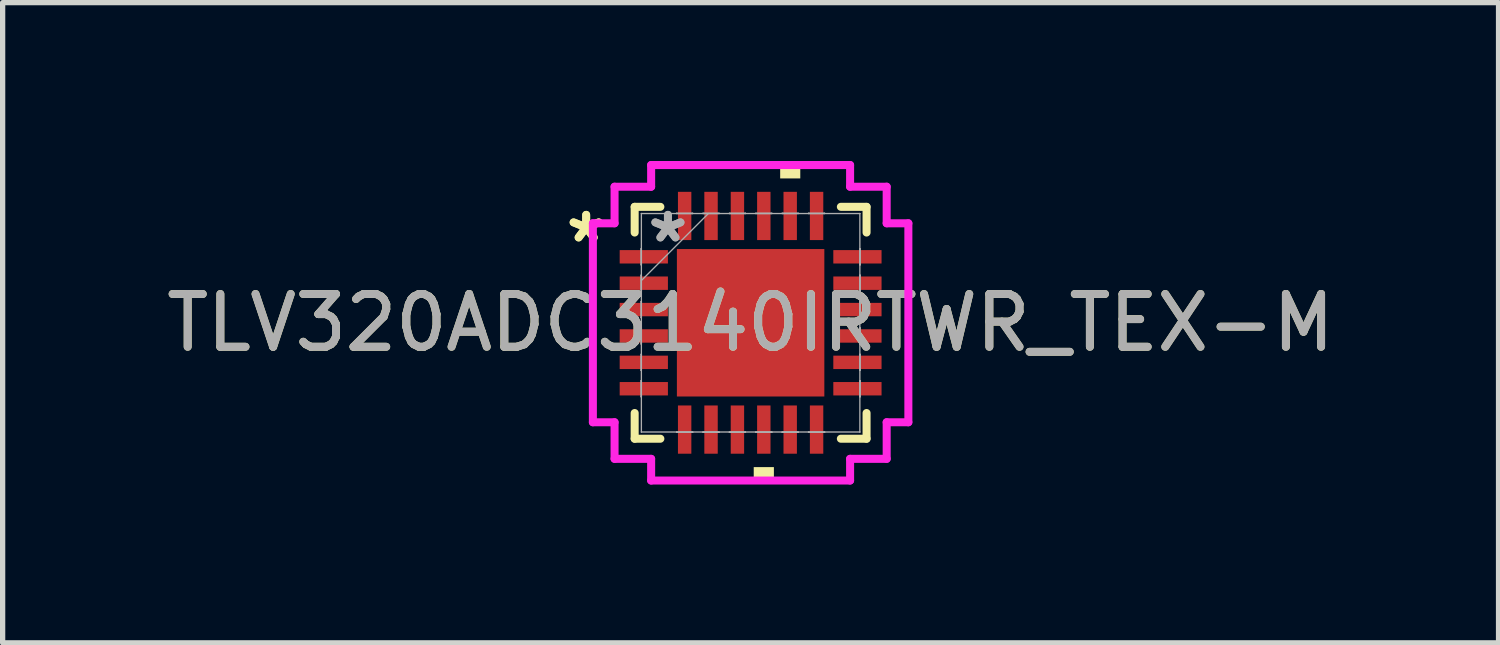
<source format=kicad_pcb>
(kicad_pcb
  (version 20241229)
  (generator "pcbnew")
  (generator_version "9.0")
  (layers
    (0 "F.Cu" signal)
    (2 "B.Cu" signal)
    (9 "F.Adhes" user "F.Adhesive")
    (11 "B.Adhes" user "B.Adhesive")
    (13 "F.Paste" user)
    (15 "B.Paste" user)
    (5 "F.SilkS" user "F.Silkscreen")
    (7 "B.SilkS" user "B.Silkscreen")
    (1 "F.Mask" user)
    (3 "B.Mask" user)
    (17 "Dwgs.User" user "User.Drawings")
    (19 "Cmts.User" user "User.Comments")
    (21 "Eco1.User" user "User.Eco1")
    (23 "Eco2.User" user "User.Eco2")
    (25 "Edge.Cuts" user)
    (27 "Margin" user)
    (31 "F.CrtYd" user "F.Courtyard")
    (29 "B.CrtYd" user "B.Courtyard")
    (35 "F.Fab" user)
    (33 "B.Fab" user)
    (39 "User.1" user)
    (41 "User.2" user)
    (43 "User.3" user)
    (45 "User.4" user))
  (footprint "TLV320ADC3140IRTWR_TEX-M"
    (layer "F.Cu")
    (at 11.173 3.066)
    (property "Reference" "TLV320ADC3140IRTWR_TEX-M" (at 0 0 0) (unlocked yes) (layer "F.SilkS") (effects (font (size 1 1) (thickness 0.15))))
    (attr smd)
    (fp_line (start -2.197 -2.197) (end -2.197 -1.71) (stroke (width 0.152) (type solid)) (layer "F.SilkS"))
    (fp_line (start -2.197 1.71) (end -2.197 2.197) (stroke (width 0.152) (type solid)) (layer "F.SilkS"))
    (fp_line (start -2.197 2.197) (end -1.71 2.197) (stroke (width 0.152) (type solid)) (layer "F.SilkS"))
    (fp_line (start -1.71 -2.197) (end -2.197 -2.197) (stroke (width 0.152) (type solid)) (layer "F.SilkS"))
    (fp_line (start 1.71 2.197) (end 2.197 2.197) (stroke (width 0.152) (type solid)) (layer "F.SilkS"))
    (fp_line (start 2.197 -2.197) (end 1.71 -2.197) (stroke (width 0.152) (type solid)) (layer "F.SilkS"))
    (fp_line (start 2.197 -1.71) (end 2.197 -2.197) (stroke (width 0.152) (type solid)) (layer "F.SilkS"))
    (fp_line (start 2.197 2.197) (end 2.197 1.71) (stroke (width 0.152) (type solid)) (layer "F.SilkS"))
    (fp_poly (pts (xy 0.059 2.735) (xy 0.059 2.989) (xy 0.441 2.989) (xy 0.441 2.735)) (stroke (width 0) (type solid)) (fill yes) (layer "F.SilkS"))
    (fp_poly (pts (xy 0.56 -2.735) (xy 0.56 -2.989) (xy 0.941 -2.989) (xy 0.941 -2.735)) (stroke (width 0) (type solid)) (fill yes) (layer "F.SilkS"))
    (fp_poly (pts (xy -1.297 -1.297) (xy -1.297 -0.1) (xy -0.1 -0.1) (xy -0.1 -1.297)) (stroke (width 0) (type solid)) (fill yes) (layer "F.Paste"))
    (fp_poly (pts (xy -1.297 0.1) (xy -1.297 1.297) (xy -0.1 1.297) (xy -0.1 0.1)) (stroke (width 0) (type solid)) (fill yes) (layer "F.Paste"))
    (fp_poly (pts (xy 0.1 -1.297) (xy 0.1 -0.1) (xy 1.297 -0.1) (xy 1.297 -1.297)) (stroke (width 0) (type solid)) (fill yes) (layer "F.Paste"))
    (fp_poly (pts (xy 0.1 0.1) (xy 0.1 1.297) (xy 1.297 1.297) (xy 1.297 0.1)) (stroke (width 0) (type solid)) (fill yes) (layer "F.Paste"))
    (fp_line (start -2.989 -1.885) (end -2.578 -1.885) (stroke (width 0.152) (type solid)) (layer "F.CrtYd"))
    (fp_line (start -2.989 1.885) (end -2.989 -1.885) (stroke (width 0.152) (type solid)) (layer "F.CrtYd"))
    (fp_line (start -2.578 -2.578) (end -1.885 -2.578) (stroke (width 0.152) (type solid)) (layer "F.CrtYd"))
    (fp_line (start -2.578 -1.885) (end -2.578 -2.578) (stroke (width 0.152) (type solid)) (layer "F.CrtYd"))
    (fp_line (start -2.578 1.885) (end -2.989 1.885) (stroke (width 0.152) (type solid)) (layer "F.CrtYd"))
    (fp_line (start -2.578 2.578) (end -2.578 1.885) (stroke (width 0.152) (type solid)) (layer "F.CrtYd"))
    (fp_line (start -1.885 -2.989) (end 1.885 -2.989) (stroke (width 0.152) (type solid)) (layer "F.CrtYd"))
    (fp_line (start -1.885 -2.578) (end -1.885 -2.989) (stroke (width 0.152) (type solid)) (layer "F.CrtYd"))
    (fp_line (start -1.885 2.578) (end -2.578 2.578) (stroke (width 0.152) (type solid)) (layer "F.CrtYd"))
    (fp_line (start -1.885 2.989) (end -1.885 2.578) (stroke (width 0.152) (type solid)) (layer "F.CrtYd"))
    (fp_line (start 1.885 -2.989) (end 1.885 -2.578) (stroke (width 0.152) (type solid)) (layer "F.CrtYd"))
    (fp_line (start 1.885 -2.578) (end 2.578 -2.578) (stroke (width 0.152) (type solid)) (layer "F.CrtYd"))
    (fp_line (start 1.885 2.578) (end 1.885 2.989) (stroke (width 0.152) (type solid)) (layer "F.CrtYd"))
    (fp_line (start 1.885 2.989) (end -1.885 2.989) (stroke (width 0.152) (type solid)) (layer "F.CrtYd"))
    (fp_line (start 2.578 -2.578) (end 2.578 -1.885) (stroke (width 0.152) (type solid)) (layer "F.CrtYd"))
    (fp_line (start 2.578 -1.885) (end 2.989 -1.885) (stroke (width 0.152) (type solid)) (layer "F.CrtYd"))
    (fp_line (start 2.578 1.885) (end 2.578 2.578) (stroke (width 0.152) (type solid)) (layer "F.CrtYd"))
    (fp_line (start 2.578 2.578) (end 1.885 2.578) (stroke (width 0.152) (type solid)) (layer "F.CrtYd"))
    (fp_line (start 2.989 -1.885) (end 2.989 1.885) (stroke (width 0.152) (type solid)) (layer "F.CrtYd"))
    (fp_line (start 2.989 1.885) (end 2.578 1.885) (stroke (width 0.152) (type solid)) (layer "F.CrtYd"))
    (fp_line (start -2.075 -1.402) (end -2.075 -1.098) (stroke (width 0.025) (type solid)) (layer "F.Fab"))
    (fp_line (start -2.075 -1.098) (end -2.07 -1.098) (stroke (width 0.025) (type solid)) (layer "F.Fab"))
    (fp_line (start -2.075 -0.902) (end -2.075 -0.598) (stroke (width 0.025) (type solid)) (layer "F.Fab"))
    (fp_line (start -2.075 -0.598) (end -2.07 -0.598) (stroke (width 0.025) (type solid)) (layer "F.Fab"))
    (fp_line (start -2.075 -0.402) (end -2.075 -0.098) (stroke (width 0.025) (type solid)) (layer "F.Fab"))
    (fp_line (start -2.075 -0.098) (end -2.07 -0.098) (stroke (width 0.025) (type solid)) (layer "F.Fab"))
    (fp_line (start -2.075 0.098) (end -2.075 0.402) (stroke (width 0.025) (type solid)) (layer "F.Fab"))
    (fp_line (start -2.075 0.402) (end -2.07 0.402) (stroke (width 0.025) (type solid)) (layer "F.Fab"))
    (fp_line (start -2.075 0.598) (end -2.075 0.902) (stroke (width 0.025) (type solid)) (layer "F.Fab"))
    (fp_line (start -2.075 0.902) (end -2.07 0.902) (stroke (width 0.025) (type solid)) (layer "F.Fab"))
    (fp_line (start -2.075 1.098) (end -2.075 1.402) (stroke (width 0.025) (type solid)) (layer "F.Fab"))
    (fp_line (start -2.075 1.402) (end -2.07 1.402) (stroke (width 0.025) (type solid)) (layer "F.Fab"))
    (fp_line (start -2.07 -2.07) (end -2.07 -2.07) (stroke (width 0.025) (type solid)) (layer "F.Fab"))
    (fp_line (start -2.07 -2.07) (end -2.07 2.07) (stroke (width 0.025) (type solid)) (layer "F.Fab"))
    (fp_line (start -2.07 -1.402) (end -2.075 -1.402) (stroke (width 0.025) (type solid)) (layer "F.Fab"))
    (fp_line (start -2.07 -1.098) (end -2.07 -1.402) (stroke (width 0.025) (type solid)) (layer "F.Fab"))
    (fp_line (start -2.07 -0.902) (end -2.075 -0.902) (stroke (width 0.025) (type solid)) (layer "F.Fab"))
    (fp_line (start -2.07 -0.8) (end -0.8 -2.07) (stroke (width 0.025) (type solid)) (layer "F.Fab"))
    (fp_line (start -2.07 -0.598) (end -2.07 -0.902) (stroke (width 0.025) (type solid)) (layer "F.Fab"))
    (fp_line (start -2.07 -0.402) (end -2.075 -0.402) (stroke (width 0.025) (type solid)) (layer "F.Fab"))
    (fp_line (start -2.07 -0.098) (end -2.07 -0.402) (stroke (width 0.025) (type solid)) (layer "F.Fab"))
    (fp_line (start -2.07 0.098) (end -2.075 0.098) (stroke (width 0.025) (type solid)) (layer "F.Fab"))
    (fp_line (start -2.07 0.402) (end -2.07 0.098) (stroke (width 0.025) (type solid)) (layer "F.Fab"))
    (fp_line (start -2.07 0.598) (end -2.075 0.598) (stroke (width 0.025) (type solid)) (layer "F.Fab"))
    (fp_line (start -2.07 0.902) (end -2.07 0.598) (stroke (width 0.025) (type solid)) (layer "F.Fab"))
    (fp_line (start -2.07 1.098) (end -2.075 1.098) (stroke (width 0.025) (type solid)) (layer "F.Fab"))
    (fp_line (start -2.07 1.402) (end -2.07 1.098) (stroke (width 0.025) (type solid)) (layer "F.Fab"))
    (fp_line (start -2.07 2.07) (end -2.07 2.07) (stroke (width 0.025) (type solid)) (layer "F.Fab"))
    (fp_line (start -2.07 2.07) (end 2.07 2.07) (stroke (width 0.025) (type solid)) (layer "F.Fab"))
    (fp_line (start -1.402 -2.075) (end -1.402 -2.07) (stroke (width 0.025) (type solid)) (layer "F.Fab"))
    (fp_line (start -1.402 -2.07) (end -1.098 -2.07) (stroke (width 0.025) (type solid)) (layer "F.Fab"))
    (fp_line (start -1.402 2.07) (end -1.402 2.075) (stroke (width 0.025) (type solid)) (layer "F.Fab"))
    (fp_line (start -1.402 2.075) (end -1.098 2.075) (stroke (width 0.025) (type solid)) (layer "F.Fab"))
    (fp_line (start -1.098 -2.075) (end -1.402 -2.075) (stroke (width 0.025) (type solid)) (layer "F.Fab"))
    (fp_line (start -1.098 -2.07) (end -1.098 -2.075) (stroke (width 0.025) (type solid)) (layer "F.Fab"))
    (fp_line (start -1.098 2.07) (end -1.402 2.07) (stroke (width 0.025) (type solid)) (layer "F.Fab"))
    (fp_line (start -1.098 2.075) (end -1.098 2.07) (stroke (width 0.025) (type solid)) (layer "F.Fab"))
    (fp_line (start -0.902 -2.075) (end -0.902 -2.07) (stroke (width 0.025) (type solid)) (layer "F.Fab"))
    (fp_line (start -0.902 -2.07) (end -0.598 -2.07) (stroke (width 0.025) (type solid)) (layer "F.Fab"))
    (fp_line (start -0.902 2.07) (end -0.902 2.075) (stroke (width 0.025) (type solid)) (layer "F.Fab"))
    (fp_line (start -0.902 2.075) (end -0.598 2.075) (stroke (width 0.025) (type solid)) (layer "F.Fab"))
    (fp_line (start -0.598 -2.075) (end -0.902 -2.075) (stroke (width 0.025) (type solid)) (layer "F.Fab"))
    (fp_line (start -0.598 -2.07) (end -0.598 -2.075) (stroke (width 0.025) (type solid)) (layer "F.Fab"))
    (fp_line (start -0.598 2.07) (end -0.902 2.07) (stroke (width 0.025) (type solid)) (layer "F.Fab"))
    (fp_line (start -0.598 2.075) (end -0.598 2.07) (stroke (width 0.025) (type solid)) (layer "F.Fab"))
    (fp_line (start -0.402 -2.075) (end -0.402 -2.07) (stroke (width 0.025) (type solid)) (layer "F.Fab"))
    (fp_line (start -0.402 -2.07) (end -0.098 -2.07) (stroke (width 0.025) (type solid)) (layer "F.Fab"))
    (fp_line (start -0.402 2.07) (end -0.402 2.075) (stroke (width 0.025) (type solid)) (layer "F.Fab"))
    (fp_line (start -0.402 2.075) (end -0.098 2.075) (stroke (width 0.025) (type solid)) (layer "F.Fab"))
    (fp_line (start -0.098 -2.075) (end -0.402 -2.075) (stroke (width 0.025) (type solid)) (layer "F.Fab"))
    (fp_line (start -0.098 -2.07) (end -0.098 -2.075) (stroke (width 0.025) (type solid)) (layer "F.Fab"))
    (fp_line (start -0.098 2.07) (end -0.402 2.07) (stroke (width 0.025) (type solid)) (layer "F.Fab"))
    (fp_line (start -0.098 2.075) (end -0.098 2.07) (stroke (width 0.025) (type solid)) (layer "F.Fab"))
    (fp_line (start 0.098 -2.075) (end 0.098 -2.07) (stroke (width 0.025) (type solid)) (layer "F.Fab"))
    (fp_line (start 0.098 -2.07) (end 0.402 -2.07) (stroke (width 0.025) (type solid)) (layer "F.Fab"))
    (fp_line (start 0.098 2.07) (end 0.098 2.075) (stroke (width 0.025) (type solid)) (layer "F.Fab"))
    (fp_line (start 0.098 2.075) (end 0.402 2.075) (stroke (width 0.025) (type solid)) (layer "F.Fab"))
    (fp_line (start 0.402 -2.075) (end 0.098 -2.075) (stroke (width 0.025) (type solid)) (layer "F.Fab"))
    (fp_line (start 0.402 -2.07) (end 0.402 -2.075) (stroke (width 0.025) (type solid)) (layer "F.Fab"))
    (fp_line (start 0.402 2.07) (end 0.098 2.07) (stroke (width 0.025) (type solid)) (layer "F.Fab"))
    (fp_line (start 0.402 2.075) (end 0.402 2.07) (stroke (width 0.025) (type solid)) (layer "F.Fab"))
    (fp_line (start 0.598 -2.075) (end 0.598 -2.07) (stroke (width 0.025) (type solid)) (layer "F.Fab"))
    (fp_line (start 0.598 -2.07) (end 0.902 -2.07) (stroke (width 0.025) (type solid)) (layer "F.Fab"))
    (fp_line (start 0.598 2.07) (end 0.598 2.075) (stroke (width 0.025) (type solid)) (layer "F.Fab"))
    (fp_line (start 0.598 2.075) (end 0.902 2.075) (stroke (width 0.025) (type solid)) (layer "F.Fab"))
    (fp_line (start 0.902 -2.075) (end 0.598 -2.075) (stroke (width 0.025) (type solid)) (layer "F.Fab"))
    (fp_line (start 0.902 -2.07) (end 0.902 -2.075) (stroke (width 0.025) (type solid)) (layer "F.Fab"))
    (fp_line (start 0.902 2.07) (end 0.598 2.07) (stroke (width 0.025) (type solid)) (layer "F.Fab"))
    (fp_line (start 0.902 2.075) (end 0.902 2.07) (stroke (width 0.025) (type solid)) (layer "F.Fab"))
    (fp_line (start 1.098 -2.075) (end 1.098 -2.07) (stroke (width 0.025) (type solid)) (layer "F.Fab"))
    (fp_line (start 1.098 -2.07) (end 1.402 -2.07) (stroke (width 0.025) (type solid)) (layer "F.Fab"))
    (fp_line (start 1.098 2.07) (end 1.098 2.075) (stroke (width 0.025) (type solid)) (layer "F.Fab"))
    (fp_line (start 1.098 2.075) (end 1.402 2.075) (stroke (width 0.025) (type solid)) (layer "F.Fab"))
    (fp_line (start 1.402 -2.075) (end 1.098 -2.075) (stroke (width 0.025) (type solid)) (layer "F.Fab"))
    (fp_line (start 1.402 -2.07) (end 1.402 -2.075) (stroke (width 0.025) (type solid)) (layer "F.Fab"))
    (fp_line (start 1.402 2.07) (end 1.098 2.07) (stroke (width 0.025) (type solid)) (layer "F.Fab"))
    (fp_line (start 1.402 2.075) (end 1.402 2.07) (stroke (width 0.025) (type solid)) (layer "F.Fab"))
    (fp_line (start 2.07 -2.07) (end -2.07 -2.07) (stroke (width 0.025) (type solid)) (layer "F.Fab"))
    (fp_line (start 2.07 -2.07) (end 2.07 -2.07) (stroke (width 0.025) (type solid)) (layer "F.Fab"))
    (fp_line (start 2.07 -1.402) (end 2.07 -1.098) (stroke (width 0.025) (type solid)) (layer "F.Fab"))
    (fp_line (start 2.07 -1.098) (end 2.075 -1.098) (stroke (width 0.025) (type solid)) (layer "F.Fab"))
    (fp_line (start 2.07 -0.902) (end 2.07 -0.598) (stroke (width 0.025) (type solid)) (layer "F.Fab"))
    (fp_line (start 2.07 -0.598) (end 2.075 -0.598) (stroke (width 0.025) (type solid)) (layer "F.Fab"))
    (fp_line (start 2.07 -0.402) (end 2.07 -0.098) (stroke (width 0.025) (type solid)) (layer "F.Fab"))
    (fp_line (start 2.07 -0.098) (end 2.075 -0.098) (stroke (width 0.025) (type solid)) (layer "F.Fab"))
    (fp_line (start 2.07 0.098) (end 2.07 0.402) (stroke (width 0.025) (type solid)) (layer "F.Fab"))
    (fp_line (start 2.07 0.402) (end 2.075 0.402) (stroke (width 0.025) (type solid)) (layer "F.Fab"))
    (fp_line (start 2.07 0.598) (end 2.07 0.902) (stroke (width 0.025) (type solid)) (layer "F.Fab"))
    (fp_line (start 2.07 0.902) (end 2.075 0.902) (stroke (width 0.025) (type solid)) (layer "F.Fab"))
    (fp_line (start 2.07 1.098) (end 2.07 1.402) (stroke (width 0.025) (type solid)) (layer "F.Fab"))
    (fp_line (start 2.07 1.402) (end 2.075 1.402) (stroke (width 0.025) (type solid)) (layer "F.Fab"))
    (fp_line (start 2.07 2.07) (end 2.07 -2.07) (stroke (width 0.025) (type solid)) (layer "F.Fab"))
    (fp_line (start 2.07 2.07) (end 2.07 2.07) (stroke (width 0.025) (type solid)) (layer "F.Fab"))
    (fp_line (start 2.075 -1.402) (end 2.07 -1.402) (stroke (width 0.025) (type solid)) (layer "F.Fab"))
    (fp_line (start 2.075 -1.098) (end 2.075 -1.402) (stroke (width 0.025) (type solid)) (layer "F.Fab"))
    (fp_line (start 2.075 -0.902) (end 2.07 -0.902) (stroke (width 0.025) (type solid)) (layer "F.Fab"))
    (fp_line (start 2.075 -0.598) (end 2.075 -0.902) (stroke (width 0.025) (type solid)) (layer "F.Fab"))
    (fp_line (start 2.075 -0.402) (end 2.07 -0.402) (stroke (width 0.025) (type solid)) (layer "F.Fab"))
    (fp_line (start 2.075 -0.098) (end 2.075 -0.402) (stroke (width 0.025) (type solid)) (layer "F.Fab"))
    (fp_line (start 2.075 0.098) (end 2.07 0.098) (stroke (width 0.025) (type solid)) (layer "F.Fab"))
    (fp_line (start 2.075 0.402) (end 2.075 0.098) (stroke (width 0.025) (type solid)) (layer "F.Fab"))
    (fp_line (start 2.075 0.598) (end 2.07 0.598) (stroke (width 0.025) (type solid)) (layer "F.Fab"))
    (fp_line (start 2.075 0.902) (end 2.075 0.598) (stroke (width 0.025) (type solid)) (layer "F.Fab"))
    (fp_line (start 2.075 1.098) (end 2.07 1.098) (stroke (width 0.025) (type solid)) (layer "F.Fab"))
    (fp_line (start 2.075 1.402) (end 2.075 1.098) (stroke (width 0.025) (type solid)) (layer "F.Fab"))
    (fp_text user "*" (at -3.116 -1.5 0) (unlocked yes) (layer "F.SilkS") (effects (font (size 1 1) (thickness 0.15))))
    (fp_text user "*" (at -3.116 -1.5 0) (layer "F.SilkS") (effects (font (size 1 1) (thickness 0.15))))
    (fp_text user "*" (at -1.567 -1.5 0) (layer "F.Fab") (effects (font (size 1 1) (thickness 0.15))))
    (fp_text user "*" (at -1.567 -1.5 0) (unlocked yes) (layer "F.Fab") (effects (font (size 1 1) (thickness 0.15))))
    (fp_text user "${REFERENCE}" (at 0 0 0) (unlocked yes) (layer "F.Fab") (effects (font (size 1 1) (thickness 0.15))))
    (pad "1" smd rect (at -2.024 -1.25 90) (size 0.254 0.914) (layers "F.Cu" "F.Mask" "F.Paste"))
    (pad "2" smd rect (at -2.024 -0.75 90) (size 0.254 0.914) (layers "F.Cu" "F.Mask" "F.Paste"))
    (pad "3" smd rect (at -2.024 -0.25 90) (size 0.254 0.914) (layers "F.Cu" "F.Mask" "F.Paste"))
    (pad "4" smd rect (at -2.024 0.25 90) (size 0.254 0.914) (layers "F.Cu" "F.Mask" "F.Paste"))
    (pad "5" smd rect (at -2.024 0.75 90) (size 0.254 0.914) (layers "F.Cu" "F.Mask" "F.Paste"))
    (pad "6" smd rect (at -2.024 1.25 90) (size 0.254 0.914) (layers "F.Cu" "F.Mask" "F.Paste"))
    (pad "7" smd rect (at -1.25 2.024) (size 0.254 0.914) (layers "F.Cu" "F.Mask" "F.Paste"))
    (pad "8" smd rect (at -0.75 2.024) (size 0.254 0.914) (layers "F.Cu" "F.Mask" "F.Paste"))
    (pad "9" smd rect (at -0.25 2.024) (size 0.254 0.914) (layers "F.Cu" "F.Mask" "F.Paste"))
    (pad "10" smd rect (at 0.25 2.024) (size 0.254 0.914) (layers "F.Cu" "F.Mask" "F.Paste"))
    (pad "11" smd rect (at 0.75 2.024) (size 0.254 0.914) (layers "F.Cu" "F.Mask" "F.Paste"))
    (pad "12" smd rect (at 1.25 2.024) (size 0.254 0.914) (layers "F.Cu" "F.Mask" "F.Paste"))
    (pad "13" smd rect (at 2.024 1.25 90) (size 0.254 0.914) (layers "F.Cu" "F.Mask" "F.Paste"))
    (pad "14" smd rect (at 2.024 0.75 90) (size 0.254 0.914) (layers "F.Cu" "F.Mask" "F.Paste"))
    (pad "15" smd rect (at 2.024 0.25 90) (size 0.254 0.914) (layers "F.Cu" "F.Mask" "F.Paste"))
    (pad "16" smd rect (at 2.024 -0.25 90) (size 0.254 0.914) (layers "F.Cu" "F.Mask" "F.Paste"))
    (pad "17" smd rect (at 2.024 -0.75 90) (size 0.254 0.914) (layers "F.Cu" "F.Mask" "F.Paste"))
    (pad "18" smd rect (at 2.024 -1.25 90) (size 0.254 0.914) (layers "F.Cu" "F.Mask" "F.Paste"))
    (pad "19" smd rect (at 1.25 -2.024) (size 0.254 0.914) (layers "F.Cu" "F.Mask" "F.Paste"))
    (pad "20" smd rect (at 0.75 -2.024) (size 0.254 0.914) (layers "F.Cu" "F.Mask" "F.Paste"))
    (pad "21" smd rect (at 0.25 -2.024) (size 0.254 0.914) (layers "F.Cu" "F.Mask" "F.Paste"))
    (pad "22" smd rect (at -0.25 -2.024) (size 0.254 0.914) (layers "F.Cu" "F.Mask" "F.Paste"))
    (pad "23" smd rect (at -0.75 -2.024) (size 0.254 0.914) (layers "F.Cu" "F.Mask" "F.Paste"))
    (pad "24" smd rect (at -1.25 -2.024) (size 0.254 0.914) (layers "F.Cu" "F.Mask" "F.Paste"))
    (pad "25" smd rect (at 0 0) (size 2.794 2.794) (layers "F.Cu" "F.Mask")))
  (gr_rect
    (start -3 -3)
    (end 25.345 9.131)
    (stroke (width 0.1) (type default))
    (fill no)
    (layer "Edge.Cuts")))
</source>
